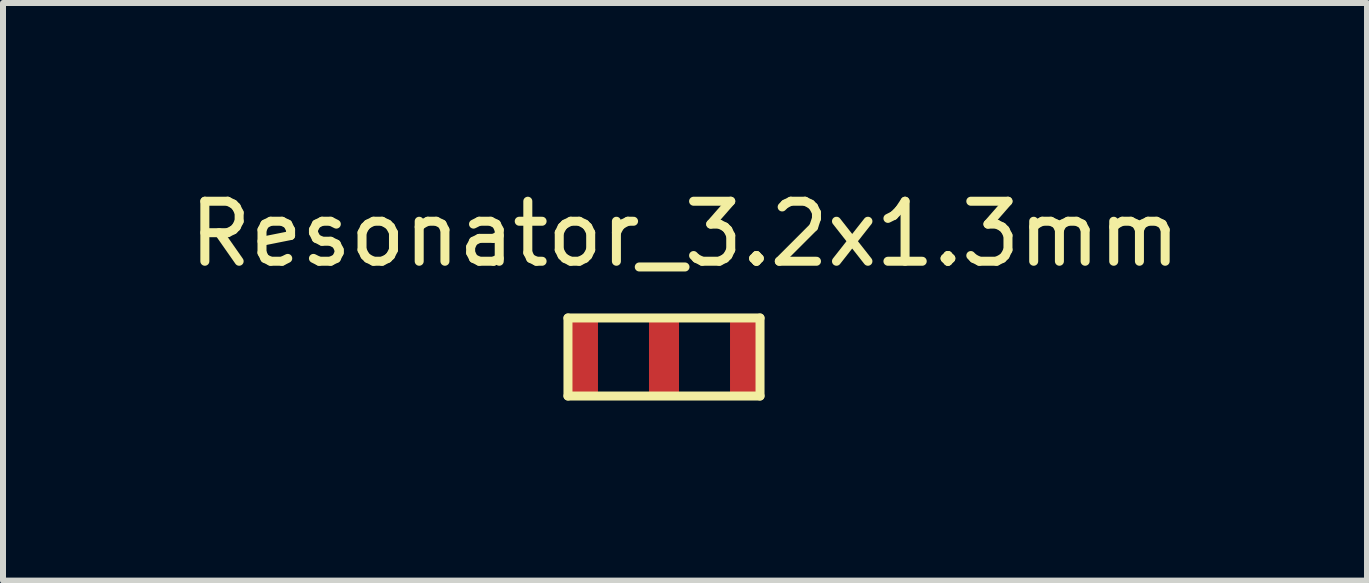
<source format=kicad_pcb>
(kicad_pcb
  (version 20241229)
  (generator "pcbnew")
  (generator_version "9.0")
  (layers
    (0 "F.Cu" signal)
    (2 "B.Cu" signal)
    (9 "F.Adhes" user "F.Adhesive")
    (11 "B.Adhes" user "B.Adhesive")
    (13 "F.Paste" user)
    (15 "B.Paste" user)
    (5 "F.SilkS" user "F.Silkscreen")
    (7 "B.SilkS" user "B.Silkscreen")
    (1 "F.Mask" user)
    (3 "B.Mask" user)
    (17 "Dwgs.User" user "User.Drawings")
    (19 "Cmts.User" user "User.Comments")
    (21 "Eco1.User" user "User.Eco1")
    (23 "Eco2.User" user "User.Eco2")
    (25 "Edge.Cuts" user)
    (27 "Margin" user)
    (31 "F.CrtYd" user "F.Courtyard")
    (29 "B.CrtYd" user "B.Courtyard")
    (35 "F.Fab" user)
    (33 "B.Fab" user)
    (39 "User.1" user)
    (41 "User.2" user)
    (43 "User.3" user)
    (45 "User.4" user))
  (footprint "Resonator_3.2x1.3mm"
    (layer "F.Cu")
    (at 6.413 2.248)
    (property "Reference" "Resonator_3.2x1.3mm" (at 1.95 -1.4 0) (layer "F.SilkS") (effects (font (size 1 1) (thickness 0.15))))
    (attr through_hole)
    (fp_line (start 0 0) (end 3.2 0) (stroke (width 0.15) (type solid)) (layer "F.SilkS"))
    (fp_line (start 0 1.3) (end 0 0) (stroke (width 0.15) (type solid)) (layer "F.SilkS"))
    (fp_line (start 3.2 0) (end 3.2 1.3) (stroke (width 0.15) (type solid)) (layer "F.SilkS"))
    (fp_line (start 3.2 1.3) (end 0 1.3) (stroke (width 0.15) (type solid)) (layer "F.SilkS"))
    (pad "1" smd rect (at 0.25 0.65) (size 0.5 1.3) (layers "F.Cu" "F.Mask" "F.Paste"))
    (pad "2" smd rect (at 1.6 0.65) (size 0.5 1.3) (layers "F.Cu" "F.Mask" "F.Paste"))
    (pad "3" smd rect (at 2.95 0.65) (size 0.5 1.3) (layers "F.Cu" "F.Mask" "F.Paste")))
  (gr_rect
    (start -3 -3)
    (end 19.726 6.623)
    (stroke (width 0.1) (type default))
    (fill no)
    (layer "Edge.Cuts")))
</source>
